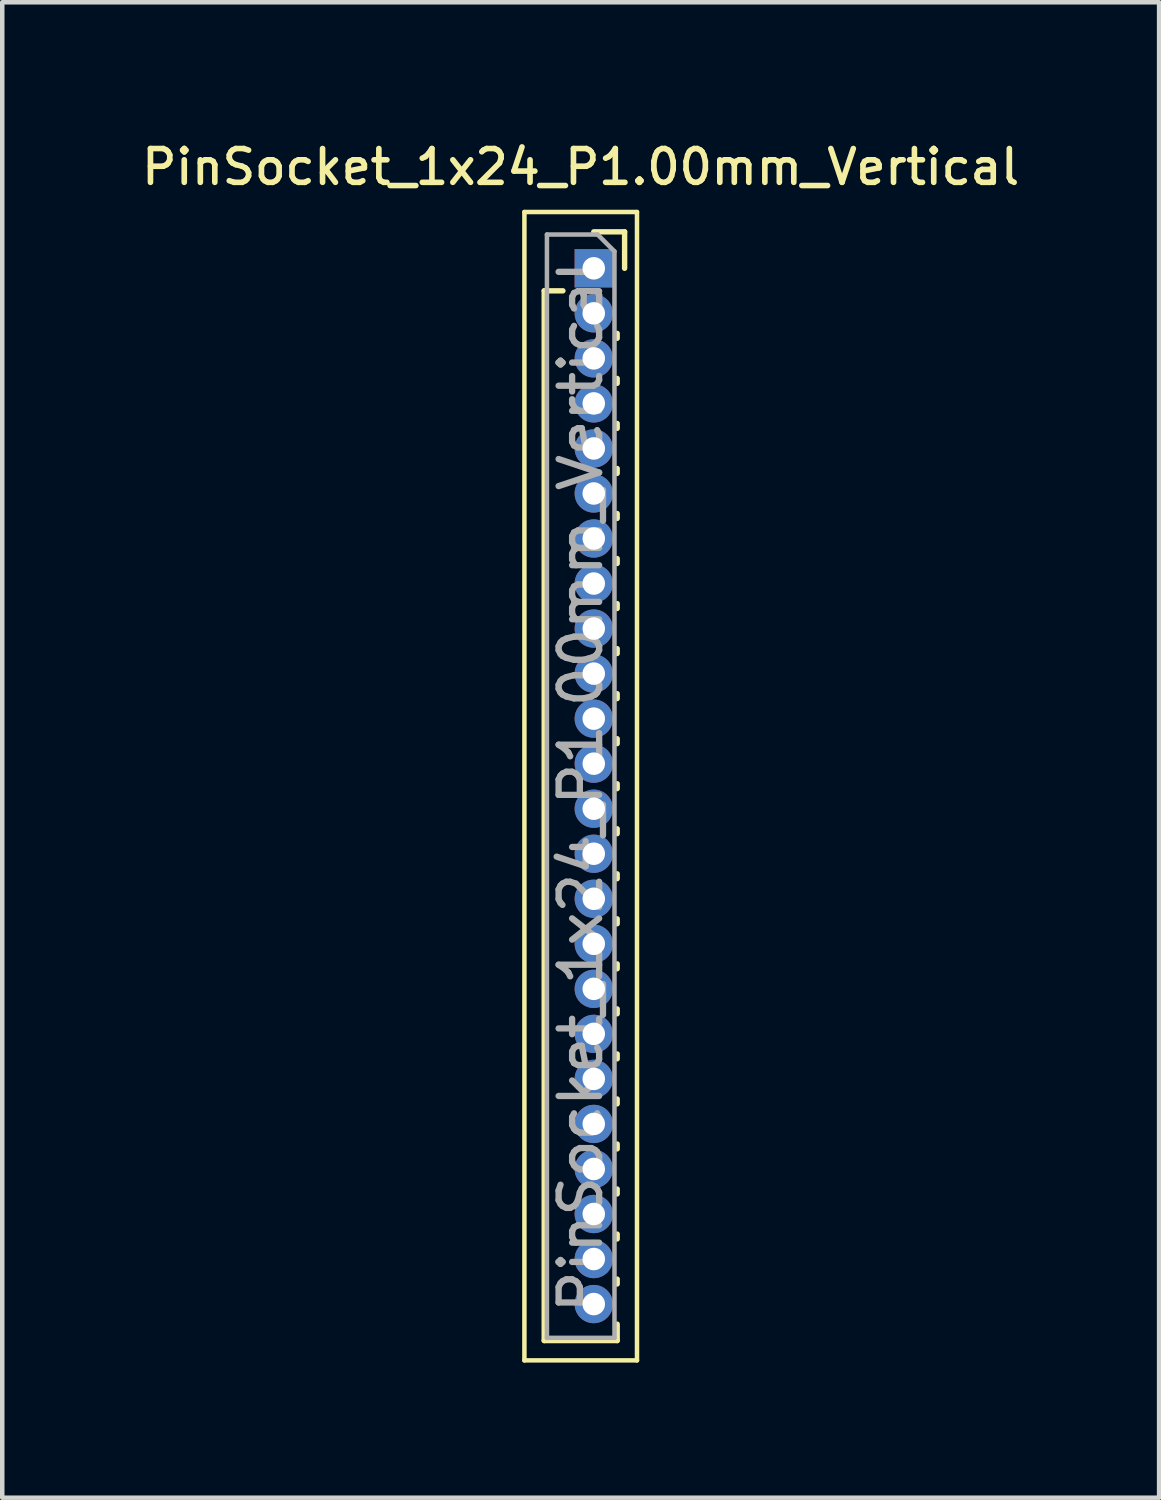
<source format=kicad_pcb>
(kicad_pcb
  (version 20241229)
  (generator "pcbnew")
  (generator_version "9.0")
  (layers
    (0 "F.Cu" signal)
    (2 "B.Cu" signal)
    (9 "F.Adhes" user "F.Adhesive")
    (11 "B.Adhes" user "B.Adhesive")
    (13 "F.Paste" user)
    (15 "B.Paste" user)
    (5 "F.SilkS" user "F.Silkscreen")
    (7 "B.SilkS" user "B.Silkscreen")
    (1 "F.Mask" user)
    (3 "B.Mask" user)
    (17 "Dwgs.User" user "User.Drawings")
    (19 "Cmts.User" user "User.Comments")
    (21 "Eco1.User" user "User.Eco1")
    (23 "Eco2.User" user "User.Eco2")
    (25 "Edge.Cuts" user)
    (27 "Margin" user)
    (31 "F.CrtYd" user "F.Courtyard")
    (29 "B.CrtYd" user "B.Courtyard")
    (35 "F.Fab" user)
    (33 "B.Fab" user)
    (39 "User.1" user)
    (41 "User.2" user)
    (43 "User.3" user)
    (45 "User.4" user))
  (footprint "PinSocket_1x24_P1.00mm_Vertical"
    (layer "F.Cu")
    (at 10.135 2.908)
    (property "Reference" "PinSocket_1x24_P1.00mm_Vertical" (at -0.29 -2.25 0) (layer "F.SilkS") (effects (font (size 0.75 0.75) (thickness 0.125))))
    (attr through_hole)
    (fp_line (start -1.54 -1.25) (end 0.96 -1.25) (stroke (width 0.1) (type solid)) (layer "F.SilkS"))
    (fp_line (start -1.54 24.25) (end -1.54 -1.25) (stroke (width 0.1) (type solid)) (layer "F.SilkS"))
    (fp_line (start -1.1 0.5) (end -1.1 23.81) (stroke (width 0.12) (type solid)) (layer "F.SilkS"))
    (fp_line (start -1.1 0.5) (end -0.685 0.5) (stroke (width 0.12) (type solid)) (layer "F.SilkS"))
    (fp_line (start -1.1 23.81) (end 0.52 23.81) (stroke (width 0.12) (type solid)) (layer "F.SilkS"))
    (fp_line (start 0 -0.81) (end 0.685 -0.81) (stroke (width 0.12) (type solid)) (layer "F.SilkS"))
    (fp_line (start 0.52 1.446) (end 0.52 1.554) (stroke (width 0.12) (type solid)) (layer "F.SilkS"))
    (fp_line (start 0.52 2.446) (end 0.52 2.554) (stroke (width 0.12) (type solid)) (layer "F.SilkS"))
    (fp_line (start 0.52 3.446) (end 0.52 3.554) (stroke (width 0.12) (type solid)) (layer "F.SilkS"))
    (fp_line (start 0.52 4.446) (end 0.52 4.554) (stroke (width 0.12) (type solid)) (layer "F.SilkS"))
    (fp_line (start 0.52 5.446) (end 0.52 5.554) (stroke (width 0.12) (type solid)) (layer "F.SilkS"))
    (fp_line (start 0.52 6.446) (end 0.52 6.554) (stroke (width 0.12) (type solid)) (layer "F.SilkS"))
    (fp_line (start 0.52 7.446) (end 0.52 7.554) (stroke (width 0.12) (type solid)) (layer "F.SilkS"))
    (fp_line (start 0.52 8.446) (end 0.52 8.554) (stroke (width 0.12) (type solid)) (layer "F.SilkS"))
    (fp_line (start 0.52 9.446) (end 0.52 9.554) (stroke (width 0.12) (type solid)) (layer "F.SilkS"))
    (fp_line (start 0.52 10.446) (end 0.52 10.554) (stroke (width 0.12) (type solid)) (layer "F.SilkS"))
    (fp_line (start 0.52 11.446) (end 0.52 11.554) (stroke (width 0.12) (type solid)) (layer "F.SilkS"))
    (fp_line (start 0.52 12.446) (end 0.52 12.554) (stroke (width 0.12) (type solid)) (layer "F.SilkS"))
    (fp_line (start 0.52 13.446) (end 0.52 13.554) (stroke (width 0.12) (type solid)) (layer "F.SilkS"))
    (fp_line (start 0.52 14.446) (end 0.52 14.554) (stroke (width 0.12) (type solid)) (layer "F.SilkS"))
    (fp_line (start 0.52 15.446) (end 0.52 15.554) (stroke (width 0.12) (type solid)) (layer "F.SilkS"))
    (fp_line (start 0.52 16.446) (end 0.52 16.554) (stroke (width 0.12) (type solid)) (layer "F.SilkS"))
    (fp_line (start 0.52 17.446) (end 0.52 17.554) (stroke (width 0.12) (type solid)) (layer "F.SilkS"))
    (fp_line (start 0.52 18.446) (end 0.52 18.554) (stroke (width 0.12) (type solid)) (layer "F.SilkS"))
    (fp_line (start 0.52 19.446) (end 0.52 19.554) (stroke (width 0.12) (type solid)) (layer "F.SilkS"))
    (fp_line (start 0.52 20.446) (end 0.52 20.554) (stroke (width 0.12) (type solid)) (layer "F.SilkS"))
    (fp_line (start 0.52 21.446) (end 0.52 21.554) (stroke (width 0.12) (type solid)) (layer "F.SilkS"))
    (fp_line (start 0.52 22.446) (end 0.52 22.554) (stroke (width 0.12) (type solid)) (layer "F.SilkS"))
    (fp_line (start 0.52 23.446) (end 0.52 23.81) (stroke (width 0.12) (type solid)) (layer "F.SilkS"))
    (fp_line (start 0.685 -0.81) (end 0.685 0) (stroke (width 0.12) (type solid)) (layer "F.SilkS"))
    (fp_line (start 0.96 -1.25) (end 0.96 24.25) (stroke (width 0.1) (type solid)) (layer "F.SilkS"))
    (fp_line (start 0.96 24.25) (end -1.54 24.25) (stroke (width 0.1) (type solid)) (layer "F.SilkS"))
    (fp_line (start -1.04 -0.75) (end 0.085 -0.75) (stroke (width 0.1) (type solid)) (layer "F.Fab"))
    (fp_line (start -1.04 23.75) (end -1.04 -0.75) (stroke (width 0.1) (type solid)) (layer "F.Fab"))
    (fp_line (start 0.085 -0.75) (end 0.46 -0.375) (stroke (width 0.1) (type solid)) (layer "F.Fab"))
    (fp_line (start 0.46 -0.375) (end 0.46 23.75) (stroke (width 0.1) (type solid)) (layer "F.Fab"))
    (fp_line (start 0.46 23.75) (end -1.04 23.75) (stroke (width 0.1) (type solid)) (layer "F.Fab"))
    (fp_text user "${REFERENCE}" (at -0.29 11.5 90) (layer "F.Fab") (effects (font (size 0.9 0.9) (thickness 0.14))))
    (pad "1" thru_hole rect (at 0 0) (size 0.85 0.85) (drill 0.5) (layers "*.Cu" "*.Mask"))
    (pad "2" thru_hole oval (at 0 1) (size 0.85 0.85) (drill 0.5) (layers "*.Cu" "*.Mask"))
    (pad "3" thru_hole oval (at 0 2) (size 0.85 0.85) (drill 0.5) (layers "*.Cu" "*.Mask"))
    (pad "4" thru_hole oval (at 0 3) (size 0.85 0.85) (drill 0.5) (layers "*.Cu" "*.Mask"))
    (pad "5" thru_hole oval (at 0 4) (size 0.85 0.85) (drill 0.5) (layers "*.Cu" "*.Mask"))
    (pad "6" thru_hole oval (at 0 5) (size 0.85 0.85) (drill 0.5) (layers "*.Cu" "*.Mask"))
    (pad "7" thru_hole oval (at 0 6) (size 0.85 0.85) (drill 0.5) (layers "*.Cu" "*.Mask"))
    (pad "8" thru_hole oval (at 0 7) (size 0.85 0.85) (drill 0.5) (layers "*.Cu" "*.Mask"))
    (pad "9" thru_hole oval (at 0 8) (size 0.85 0.85) (drill 0.5) (layers "*.Cu" "*.Mask"))
    (pad "10" thru_hole oval (at 0 9) (size 0.85 0.85) (drill 0.5) (layers "*.Cu" "*.Mask"))
    (pad "11" thru_hole oval (at 0 10) (size 0.85 0.85) (drill 0.5) (layers "*.Cu" "*.Mask"))
    (pad "12" thru_hole oval (at 0 11) (size 0.85 0.85) (drill 0.5) (layers "*.Cu" "*.Mask"))
    (pad "13" thru_hole oval (at 0 12) (size 0.85 0.85) (drill 0.5) (layers "*.Cu" "*.Mask"))
    (pad "14" thru_hole oval (at 0 13) (size 0.85 0.85) (drill 0.5) (layers "*.Cu" "*.Mask"))
    (pad "15" thru_hole oval (at 0 14) (size 0.85 0.85) (drill 0.5) (layers "*.Cu" "*.Mask"))
    (pad "16" thru_hole oval (at 0 15) (size 0.85 0.85) (drill 0.5) (layers "*.Cu" "*.Mask"))
    (pad "17" thru_hole oval (at 0 16) (size 0.85 0.85) (drill 0.5) (layers "*.Cu" "*.Mask"))
    (pad "18" thru_hole oval (at 0 17) (size 0.85 0.85) (drill 0.5) (layers "*.Cu" "*.Mask"))
    (pad "19" thru_hole oval (at 0 18) (size 0.85 0.85) (drill 0.5) (layers "*.Cu" "*.Mask"))
    (pad "20" thru_hole oval (at 0 19) (size 0.85 0.85) (drill 0.5) (layers "*.Cu" "*.Mask"))
    (pad "21" thru_hole oval (at 0 20) (size 0.85 0.85) (drill 0.5) (layers "*.Cu" "*.Mask"))
    (pad "22" thru_hole oval (at 0 21) (size 0.85 0.85) (drill 0.5) (layers "*.Cu" "*.Mask"))
    (pad "23" thru_hole oval (at 0 22) (size 0.85 0.85) (drill 0.5) (layers "*.Cu" "*.Mask"))
    (pad "24" thru_hole oval (at 0 23) (size 0.85 0.85) (drill 0.5) (layers "*.Cu" "*.Mask")))
  (gr_rect
    (start -3 -3)
    (end 22.689 30.208)
    (stroke (width 0.1) (type default))
    (fill no)
    (layer "Edge.Cuts")))
</source>
